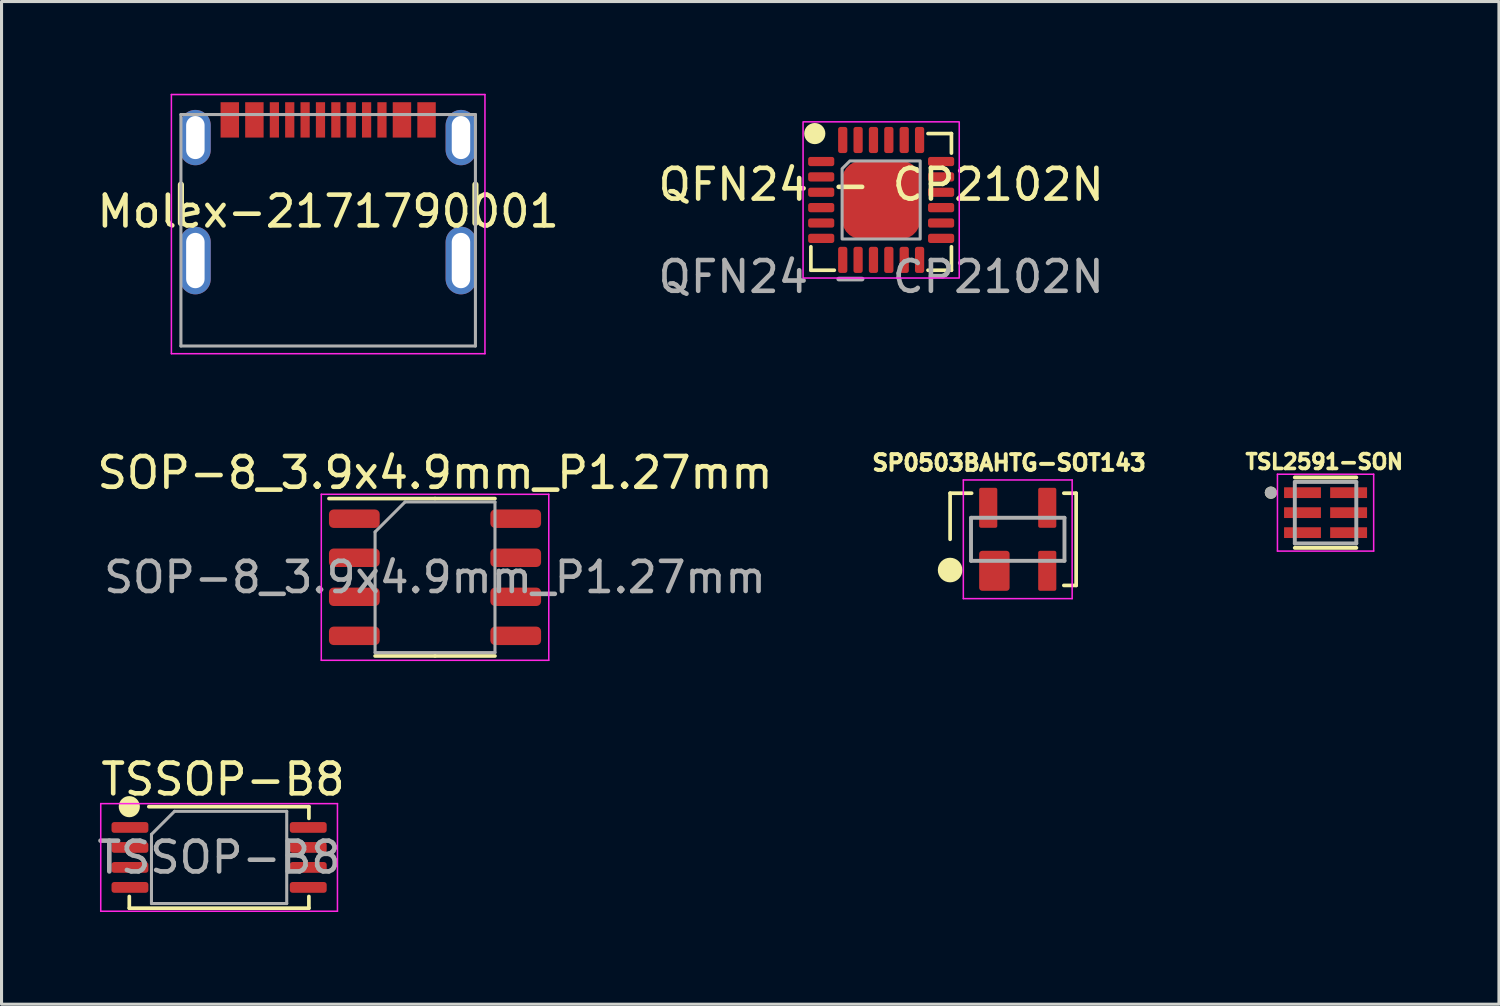
<source format=kicad_pcb>
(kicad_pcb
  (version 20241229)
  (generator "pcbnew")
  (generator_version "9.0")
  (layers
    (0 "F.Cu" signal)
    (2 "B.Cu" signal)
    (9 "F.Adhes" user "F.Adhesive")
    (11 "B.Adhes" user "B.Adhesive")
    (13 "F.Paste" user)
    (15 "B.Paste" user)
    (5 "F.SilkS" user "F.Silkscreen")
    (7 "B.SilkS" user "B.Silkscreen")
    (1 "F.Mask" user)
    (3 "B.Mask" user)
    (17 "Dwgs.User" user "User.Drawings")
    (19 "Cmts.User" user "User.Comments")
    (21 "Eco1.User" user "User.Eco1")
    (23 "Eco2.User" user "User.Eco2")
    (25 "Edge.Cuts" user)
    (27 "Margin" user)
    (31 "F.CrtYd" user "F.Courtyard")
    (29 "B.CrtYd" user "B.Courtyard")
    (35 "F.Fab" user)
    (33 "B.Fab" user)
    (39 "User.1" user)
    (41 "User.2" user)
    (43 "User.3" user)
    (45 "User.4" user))
  (footprint "QFN24 - CP2102N"
    (layer "F.Cu")
    (at 25.613 3.454)
    (property "Reference" "QFN24 - CP2102N" (at 0 -0.5 0) (unlocked yes) (layer "F.SilkS") (effects (font (size 1 1) (thickness 0.15))))
    (attr smd)
    (fp_line (start -2.286 2.286) (end -2.286 1.524) (stroke (width 0.12) (type solid)) (layer "F.SilkS"))
    (fp_line (start -1.524 2.286) (end -2.286 2.286) (stroke (width 0.12) (type solid)) (layer "F.SilkS"))
    (fp_line (start 1.524 -2.159) (end 2.286 -2.159) (stroke (width 0.12) (type solid)) (layer "F.SilkS"))
    (fp_line (start 2.286 -2.159) (end 2.286 -1.524) (stroke (width 0.12) (type solid)) (layer "F.SilkS"))
    (fp_line (start 2.286 1.524) (end 2.286 2.286) (stroke (width 0.12) (type solid)) (layer "F.SilkS"))
    (fp_line (start 2.286 2.286) (end 1.524 2.286) (stroke (width 0.12) (type solid)) (layer "F.SilkS"))
    (fp_circle (center -2.159 -2.159) (end -1.875 -2.159) (stroke (width 0.12) (type solid)) (fill yes) (layer "F.SilkS"))
    (fp_rect (start -2.54 -2.54) (end 2.54 2.54) (stroke (width 0.05) (type solid)) (fill no) (layer "F.CrtYd"))
    (fp_poly (pts (xy 1.27 1.27) (xy -1.27 1.27) (xy -1.27 -1.016) (xy -1.016 -1.27) (xy 1.27 -1.27)) (stroke (width 0.1) (type solid)) (fill no) (layer "F.Fab"))
    (fp_rect (start -3.429 -3.429) (end 3.556 3.429) (stroke (width 0.05) (type solid)) (fill no) (layer "User.1"))
    (fp_text user "${REFERENCE}" (at 0 2.5 0) (unlocked yes) (layer "F.Fab") (effects (font (size 1 1) (thickness 0.15))))
    (pad "1" smd roundrect (at -1.95 -1.25) (size 0.85 0.3) (layers "F.Cu" "F.Mask" "F.Paste") (roundrect_rratio 0.25))
    (pad "2" smd roundrect (at -1.95 -0.75) (size 0.85 0.3) (layers "F.Cu" "F.Mask" "F.Paste") (roundrect_rratio 0.25))
    (pad "2" smd roundrect (at 0 0) (size 2.55 2.55) (layers "F.Cu" "F.Mask" "F.Paste") (roundrect_rratio 0.25))
    (pad "3" smd roundrect (at -1.95 -0.25) (size 0.85 0.3) (layers "F.Cu" "F.Mask" "F.Paste") (roundrect_rratio 0.25))
    (pad "4" smd roundrect (at -1.95 0.25) (size 0.85 0.3) (layers "F.Cu" "F.Mask" "F.Paste") (roundrect_rratio 0.25))
    (pad "5" smd roundrect (at -1.95 0.75) (size 0.85 0.3) (layers "F.Cu" "F.Mask" "F.Paste") (roundrect_rratio 0.25))
    (pad "6" smd roundrect (at -1.95 1.25) (size 0.85 0.3) (layers "F.Cu" "F.Mask" "F.Paste") (roundrect_rratio 0.25))
    (pad "7" smd roundrect (at -1.25 1.95) (size 0.3 0.85) (layers "F.Cu" "F.Mask" "F.Paste") (roundrect_rratio 0.25))
    (pad "8" smd roundrect (at -0.75 1.95) (size 0.3 0.85) (layers "F.Cu" "F.Mask" "F.Paste") (roundrect_rratio 0.25))
    (pad "9" smd roundrect (at -0.25 1.95) (size 0.3 0.85) (layers "F.Cu" "F.Mask" "F.Paste") (roundrect_rratio 0.25))
    (pad "10" smd roundrect (at 0.25 1.95) (size 0.3 0.85) (layers "F.Cu" "F.Mask" "F.Paste") (roundrect_rratio 0.25))
    (pad "11" smd roundrect (at 0.75 1.95) (size 0.3 0.85) (layers "F.Cu" "F.Mask" "F.Paste") (roundrect_rratio 0.25))
    (pad "12" smd roundrect (at 1.25 1.95) (size 0.3 0.85) (layers "F.Cu" "F.Mask" "F.Paste") (roundrect_rratio 0.25))
    (pad "13" smd roundrect (at 1.95 1.25) (size 0.85 0.3) (layers "F.Cu" "F.Mask" "F.Paste") (roundrect_rratio 0.25))
    (pad "14" smd roundrect (at 1.95 0.75) (size 0.85 0.3) (layers "F.Cu" "F.Mask" "F.Paste") (roundrect_rratio 0.25))
    (pad "15" smd roundrect (at 1.95 0.25) (size 0.85 0.3) (layers "F.Cu" "F.Mask" "F.Paste") (roundrect_rratio 0.25))
    (pad "16" smd roundrect (at 1.95 -0.25) (size 0.85 0.3) (layers "F.Cu" "F.Mask" "F.Paste") (roundrect_rratio 0.25))
    (pad "17" smd roundrect (at 1.95 -0.75) (size 0.85 0.3) (layers "F.Cu" "F.Mask" "F.Paste") (roundrect_rratio 0.25))
    (pad "18" smd roundrect (at 1.95 -1.25) (size 0.85 0.3) (layers "F.Cu" "F.Mask" "F.Paste") (roundrect_rratio 0.25))
    (pad "19" smd roundrect (at 1.25 -1.95) (size 0.3 0.85) (layers "F.Cu" "F.Mask" "F.Paste") (roundrect_rratio 0.25))
    (pad "20" smd roundrect (at 0.75 -1.95) (size 0.3 0.85) (layers "F.Cu" "F.Mask" "F.Paste") (roundrect_rratio 0.25))
    (pad "21" smd roundrect (at 0.25 -1.95) (size 0.3 0.85) (layers "F.Cu" "F.Mask" "F.Paste") (roundrect_rratio 0.25))
    (pad "22" smd roundrect (at -0.25 -1.95) (size 0.3 0.85) (layers "F.Cu" "F.Mask" "F.Paste") (roundrect_rratio 0.25))
    (pad "23" smd roundrect (at -0.75 -1.95) (size 0.3 0.85) (layers "F.Cu" "F.Mask" "F.Paste") (roundrect_rratio 0.25))
    (pad "24" smd roundrect (at -1.25 -1.95) (size 0.3 0.85) (layers "F.Cu" "F.Mask" "F.Paste") (roundrect_rratio 0.25)))
  (footprint "Molex-2171790001"
    (layer "F.Cu")
    (at 7.625 5.605)
    (property "Reference" "Molex-2171790001" (at 0 -1.778 0) (layer "F.SilkS") (effects (font (size 1 1) (thickness 0.15))))
    (attr through_hole)
    (fp_line (start -4.79 -2.65) (end -4.79 -1.4) (stroke (width 0.2) (type solid)) (layer "F.SilkS"))
    (fp_line (start 4.79 -2.65) (end 4.79 -1.4) (stroke (width 0.2) (type solid)) (layer "F.SilkS"))
    (fp_line (start -5.1 -5.58) (end -5.1 2.85) (stroke (width 0.05) (type solid)) (layer "F.CrtYd"))
    (fp_line (start -5.1 2.85) (end 5.1 2.85) (stroke (width 0.05) (type solid)) (layer "F.CrtYd"))
    (fp_line (start 5.1 -5.58) (end -5.1 -5.58) (stroke (width 0.05) (type solid)) (layer "F.CrtYd"))
    (fp_line (start 5.1 2.85) (end 5.1 -5.58) (stroke (width 0.05) (type solid)) (layer "F.CrtYd"))
    (fp_line (start -4.79 -4.93) (end 4.79 -4.93) (stroke (width 0.1) (type solid)) (layer "F.Fab"))
    (fp_line (start -4.79 2.6) (end -4.79 -4.93) (stroke (width 0.1) (type solid)) (layer "F.Fab"))
    (fp_line (start 4.79 -4.93) (end 4.79 2.6) (stroke (width 0.1) (type solid)) (layer "F.Fab"))
    (fp_line (start 4.79 2.6) (end -4.79 2.6) (stroke (width 0.1) (type solid)) (layer "F.Fab"))
    (fp_line (start -4.79 1.32) (end -4.79 2.6) (stroke (width 0.2) (type solid)) (layer "User.1"))
    (fp_line (start -4.79 2.6) (end 4.79 2.6) (stroke (width 0.2) (type solid)) (layer "User.1"))
    (fp_line (start 4.79 2.6) (end 4.79 1.32) (stroke (width 0.2) (type solid)) (layer "User.1"))
    (pad "A1-B12" smd rect (at -3.2 -4.755) (size 0.6 1.15) (layers "F.Cu" "F.Mask" "F.Paste"))
    (pad "A4-B9" smd rect (at -2.4 -4.755) (size 0.6 1.15) (layers "F.Cu" "F.Mask" "F.Paste"))
    (pad "A5" smd rect (at -1.25 -4.755) (size 0.3 1.15) (layers "F.Cu" "F.Mask" "F.Paste"))
    (pad "A6" smd rect (at -0.25 -4.755) (size 0.3 1.15) (layers "F.Cu" "F.Mask" "F.Paste"))
    (pad "A7" smd rect (at 0.25 -4.755) (size 0.3 1.15) (layers "F.Cu" "F.Mask" "F.Paste"))
    (pad "A8" smd rect (at 1.25 -4.755) (size 0.3 1.15) (layers "F.Cu" "F.Mask" "F.Paste"))
    (pad "B1-A12" smd rect (at 3.2 -4.755) (size 0.6 1.15) (layers "F.Cu" "F.Mask" "F.Paste"))
    (pad "B4-A9" smd rect (at 2.4 -4.755) (size 0.6 1.15) (layers "F.Cu" "F.Mask" "F.Paste"))
    (pad "B5" smd rect (at 1.75 -4.755) (size 0.3 1.15) (layers "F.Cu" "F.Mask" "F.Paste"))
    (pad "B6" smd rect (at 0.75 -4.755) (size 0.3 1.15) (layers "F.Cu" "F.Mask" "F.Paste"))
    (pad "B7" smd rect (at -0.75 -4.755) (size 0.3 1.15) (layers "F.Cu" "F.Mask" "F.Paste"))
    (pad "B8" smd rect (at -1.75 -4.755) (size 0.3 1.15) (layers "F.Cu" "F.Mask" "F.Paste"))
    (pad "S1" thru_hole oval (at -4.32 -4.18) (size 1 1.8) (drill oval 0.6 1.4) (layers "*.Cu" "*.Mask"))
    (pad "S1" thru_hole oval (at -4.32 -0.18) (size 1 2.2) (drill oval 0.6 1.8) (layers "*.Cu" "*.Mask"))
    (pad "S1" thru_hole oval (at 4.32 -4.18) (size 1 1.8) (drill oval 0.6 1.4) (layers "*.Cu" "*.Mask"))
    (pad "S1" thru_hole oval (at 4.32 -0.18) (size 1 2.2) (drill oval 0.6 1.8) (layers "*.Cu" "*.Mask")))
  (footprint "SOP-8_3.9x4.9mm_P1.27mm"
    (layer "F.Cu")
    (at 11.101 15.728)
    (property "Reference" "SOP-8_3.9x4.9mm_P1.27mm" (at 0 -3.4 0) (layer "F.SilkS") (effects (font (size 1 1) (thickness 0.15))))
    (attr smd)
    (fp_line (start 0 -2.56) (end -3.45 -2.56) (stroke (width 0.12) (type solid)) (layer "F.SilkS"))
    (fp_line (start 0 -2.56) (end 1.95 -2.56) (stroke (width 0.12) (type solid)) (layer "F.SilkS"))
    (fp_line (start 0 2.56) (end -1.95 2.56) (stroke (width 0.12) (type solid)) (layer "F.SilkS"))
    (fp_line (start 0 2.56) (end 1.95 2.56) (stroke (width 0.12) (type solid)) (layer "F.SilkS"))
    (fp_line (start -3.7 -2.7) (end -3.7 2.7) (stroke (width 0.05) (type solid)) (layer "F.CrtYd"))
    (fp_line (start -3.7 2.7) (end 3.7 2.7) (stroke (width 0.05) (type solid)) (layer "F.CrtYd"))
    (fp_line (start 3.7 -2.7) (end -3.7 -2.7) (stroke (width 0.05) (type solid)) (layer "F.CrtYd"))
    (fp_line (start 3.7 2.7) (end 3.7 -2.7) (stroke (width 0.05) (type solid)) (layer "F.CrtYd"))
    (fp_line (start -1.95 -1.475) (end -0.975 -2.45) (stroke (width 0.1) (type solid)) (layer "F.Fab"))
    (fp_line (start -1.95 2.45) (end -1.95 -1.475) (stroke (width 0.1) (type solid)) (layer "F.Fab"))
    (fp_line (start -0.975 -2.45) (end 1.95 -2.45) (stroke (width 0.1) (type solid)) (layer "F.Fab"))
    (fp_line (start 1.95 -2.45) (end 1.95 2.45) (stroke (width 0.1) (type solid)) (layer "F.Fab"))
    (fp_line (start 1.95 2.45) (end -1.95 2.45) (stroke (width 0.1) (type solid)) (layer "F.Fab"))
    (fp_text user "${REFERENCE}" (at 0 0 0) (layer "F.Fab") (effects (font (size 0.98 0.98) (thickness 0.15))))
    (pad "1" smd roundrect (at -2.625 -1.905) (size 1.65 0.6) (layers "F.Cu" "F.Mask" "F.Paste") (roundrect_rratio 0.25))
    (pad "2" smd roundrect (at -2.625 -0.635) (size 1.65 0.6) (layers "F.Cu" "F.Mask" "F.Paste") (roundrect_rratio 0.25))
    (pad "3" smd roundrect (at -2.625 0.635) (size 1.65 0.6) (layers "F.Cu" "F.Mask" "F.Paste") (roundrect_rratio 0.25))
    (pad "4" smd roundrect (at -2.625 1.905) (size 1.65 0.6) (layers "F.Cu" "F.Mask" "F.Paste") (roundrect_rratio 0.25))
    (pad "5" smd roundrect (at 2.625 1.905) (size 1.65 0.6) (layers "F.Cu" "F.Mask" "F.Paste") (roundrect_rratio 0.25))
    (pad "6" smd roundrect (at 2.625 0.635) (size 1.65 0.6) (layers "F.Cu" "F.Mask" "F.Paste") (roundrect_rratio 0.25))
    (pad "7" smd roundrect (at 2.625 -0.635) (size 1.65 0.6) (layers "F.Cu" "F.Mask" "F.Paste") (roundrect_rratio 0.25))
    (pad "8" smd roundrect (at 2.625 -1.905) (size 1.65 0.6) (layers "F.Cu" "F.Mask" "F.Paste") (roundrect_rratio 0.25)))
  (footprint "SP0503BAHTG-SOT143"
    (layer "F.Cu")
    (at 30.056 14.493)
    (property "Reference" "SP0503BAHTG-SOT143" (at -0.281 -2.489 0) (layer "F.SilkS") (effects (font (size 0.513 0.513) (thickness 0.15))))
    (attr smd)
    (fp_line (start -2.2 -1.5) (end -1.5 -1.5) (stroke (width 0.12) (type default)) (layer "F.SilkS"))
    (fp_line (start -2.2 0) (end -2.2 -1.5) (stroke (width 0.12) (type default)) (layer "F.SilkS"))
    (fp_line (start 1.5 -1.5) (end 1.9 -1.5) (stroke (width 0.12) (type default)) (layer "F.SilkS"))
    (fp_line (start 1.9 -1.5) (end 1.9 1.5) (stroke (width 0.12) (type default)) (layer "F.SilkS"))
    (fp_line (start 1.9 1.5) (end 1.5 1.5) (stroke (width 0.12) (type default)) (layer "F.SilkS"))
    (fp_circle (center -2.2 1) (end -1.9 1) (stroke (width 0.2) (type solid)) (fill yes) (layer "F.SilkS"))
    (fp_line (start -1.77 -1.93) (end -1.77 1.93) (stroke (width 0.05) (type solid)) (layer "F.CrtYd"))
    (fp_line (start -1.77 1.93) (end 1.77 1.93) (stroke (width 0.05) (type solid)) (layer "F.CrtYd"))
    (fp_line (start 1.77 -1.93) (end -1.77 -1.93) (stroke (width 0.05) (type solid)) (layer "F.CrtYd"))
    (fp_line (start 1.77 1.93) (end 1.77 -1.93) (stroke (width 0.05) (type solid)) (layer "F.CrtYd"))
    (fp_line (start -1.52 -0.7) (end -1.52 0.7) (stroke (width 0.127) (type solid)) (layer "F.Fab"))
    (fp_line (start -1.52 0.7) (end 1.52 0.7) (stroke (width 0.127) (type solid)) (layer "F.Fab"))
    (fp_line (start 1.52 -0.7) (end -1.52 -0.7) (stroke (width 0.127) (type solid)) (layer "F.Fab"))
    (fp_line (start 1.52 0.7) (end 1.52 -0.7) (stroke (width 0.127) (type solid)) (layer "F.Fab"))
    (pad "1" smd roundrect (at -0.76 1.025) (size 0.99 1.3) (layers "F.Cu" "F.Mask" "F.Paste") (roundrect_rratio 0.1))
    (pad "2" smd roundrect (at 0.96 1.025) (size 0.59 1.3) (layers "F.Cu" "F.Mask" "F.Paste") (roundrect_rratio 0.1))
    (pad "3" smd roundrect (at 0.96 -1.025) (size 0.59 1.3) (layers "F.Cu" "F.Mask" "F.Paste") (roundrect_rratio 0.1))
    (pad "4" smd roundrect (at -0.96 -1.025) (size 0.59 1.3) (layers "F.Cu" "F.Mask" "F.Paste") (roundrect_rratio 0.1)))
  (footprint "TSSOP-B8"
    (layer "F.Cu")
    (at 4.077 24.841)
    (property "Reference" "TSSOP-B8" (at 0.127 -2.54 0) (layer "F.SilkS") (effects (font (size 1 1) (thickness 0.15))))
    (attr smd)
    (fp_line (start -2.921 1.27) (end -2.921 1.651) (stroke (width 0.12) (type solid)) (layer "F.SilkS"))
    (fp_line (start -2.921 1.651) (end 2.921 1.651) (stroke (width 0.12) (type solid)) (layer "F.SilkS"))
    (fp_line (start 2.921 -1.651) (end -2.286 -1.651) (stroke (width 0.12) (type solid)) (layer "F.SilkS"))
    (fp_line (start 2.921 -1.27) (end 2.921 -1.651) (stroke (width 0.12) (type solid)) (layer "F.SilkS"))
    (fp_line (start 2.921 1.651) (end 2.921 1.27) (stroke (width 0.12) (type solid)) (layer "F.SilkS"))
    (fp_circle (center -2.921 -1.651) (end -2.637 -1.651) (stroke (width 0.12) (type solid)) (fill yes) (layer "F.SilkS"))
    (fp_line (start -3.85 -1.75) (end -3.85 1.75) (stroke (width 0.05) (type solid)) (layer "F.CrtYd"))
    (fp_line (start -3.85 1.75) (end 3.85 1.75) (stroke (width 0.05) (type solid)) (layer "F.CrtYd"))
    (fp_line (start 3.85 -1.75) (end -3.85 -1.75) (stroke (width 0.05) (type solid)) (layer "F.CrtYd"))
    (fp_line (start 3.85 1.75) (end 3.85 -1.75) (stroke (width 0.05) (type solid)) (layer "F.CrtYd"))
    (fp_line (start -2.2 -0.75) (end -1.45 -1.5) (stroke (width 0.1) (type solid)) (layer "F.Fab"))
    (fp_line (start -2.2 1.5) (end -2.2 -0.75) (stroke (width 0.1) (type solid)) (layer "F.Fab"))
    (fp_line (start -1.45 -1.5) (end 2.2 -1.5) (stroke (width 0.1) (type solid)) (layer "F.Fab"))
    (fp_line (start 2.2 -1.5) (end 2.2 1.5) (stroke (width 0.1) (type solid)) (layer "F.Fab"))
    (fp_line (start 2.2 1.5) (end -2.2 1.5) (stroke (width 0.1) (type solid)) (layer "F.Fab"))
    (fp_text user "${REFERENCE}" (at 0 0 0) (layer "F.Fab") (effects (font (size 1 1) (thickness 0.15))))
    (pad "1" smd roundrect (at -2.9 -0.975) (size 1.2 0.35) (layers "F.Cu" "F.Mask" "F.Paste") (roundrect_rratio 0.25))
    (pad "2" smd roundrect (at -2.9 -0.325) (size 1.2 0.35) (layers "F.Cu" "F.Mask" "F.Paste") (roundrect_rratio 0.25))
    (pad "3" smd roundrect (at -2.9 0.325) (size 1.2 0.35) (layers "F.Cu" "F.Mask" "F.Paste") (roundrect_rratio 0.25))
    (pad "4" smd roundrect (at -2.9 0.975) (size 1.2 0.35) (layers "F.Cu" "F.Mask" "F.Paste") (roundrect_rratio 0.25))
    (pad "5" smd roundrect (at 2.9 0.975) (size 1.2 0.35) (layers "F.Cu" "F.Mask" "F.Paste") (roundrect_rratio 0.25))
    (pad "6" smd roundrect (at 2.9 0.325) (size 1.2 0.35) (layers "F.Cu" "F.Mask" "F.Paste") (roundrect_rratio 0.25))
    (pad "7" smd roundrect (at 2.9 -0.325) (size 1.2 0.35) (layers "F.Cu" "F.Mask" "F.Paste") (roundrect_rratio 0.25))
    (pad "8" smd roundrect (at 2.9 -0.975) (size 1.2 0.35) (layers "F.Cu" "F.Mask" "F.Paste") (roundrect_rratio 0.25)))
  (footprint "TSL2591-SON"
    (layer "F.Cu")
    (at 40.069 13.626)
    (property "Reference" "TSL2591-SON" (at -0.041 -1.655 0) (layer "F.SilkS") (effects (font (size 0.48 0.48) (thickness 0.15))))
    (attr through_hole)
    (fp_line (start 1 -1.145) (end -1 -1.145) (stroke (width 0.127) (type solid)) (layer "F.SilkS"))
    (fp_line (start 1 1.145) (end -1 1.145) (stroke (width 0.127) (type solid)) (layer "F.SilkS"))
    (fp_circle (center -1.778 -0.65) (end -1.678 -0.65) (stroke (width 0.2) (type solid)) (fill no) (layer "F.SilkS"))
    (fp_line (start -1.565 -1.25) (end -1.565 1.25) (stroke (width 0.05) (type solid)) (layer "F.CrtYd"))
    (fp_line (start -1.565 1.25) (end 1.565 1.25) (stroke (width 0.05) (type solid)) (layer "F.CrtYd"))
    (fp_line (start 1.565 -1.25) (end -1.565 -1.25) (stroke (width 0.05) (type solid)) (layer "F.CrtYd"))
    (fp_line (start 1.565 1.25) (end 1.565 -1.25) (stroke (width 0.05) (type solid)) (layer "F.CrtYd"))
    (fp_line (start -1 -1) (end -1 1) (stroke (width 0.127) (type solid)) (layer "F.Fab"))
    (fp_line (start -1 1) (end 1 1) (stroke (width 0.127) (type solid)) (layer "F.Fab"))
    (fp_line (start 1 -1) (end -1 -1) (stroke (width 0.127) (type solid)) (layer "F.Fab"))
    (fp_line (start 1 1) (end 1 -1) (stroke (width 0.127) (type solid)) (layer "F.Fab"))
    (fp_circle (center -1.778 -0.65) (end -1.678 -0.65) (stroke (width 0.2) (type solid)) (fill no) (layer "F.Fab"))
    (pad "1" smd rect (at -0.75 -0.65) (size 1.2 0.35) (layers "F.Cu" "F.Mask" "F.Paste"))
    (pad "2" smd rect (at -0.75 0) (size 1.2 0.35) (layers "F.Cu" "F.Mask" "F.Paste"))
    (pad "3" smd rect (at -0.75 0.65) (size 1.2 0.35) (layers "F.Cu" "F.Mask" "F.Paste"))
    (pad "4" smd rect (at 0.75 0.65) (size 1.2 0.35) (layers "F.Cu" "F.Mask" "F.Paste"))
    (pad "5" smd rect (at 0.75 0) (size 1.2 0.35) (layers "F.Cu" "F.Mask" "F.Paste"))
    (pad "6" smd rect (at 0.75 -0.65) (size 1.2 0.35) (layers "F.Cu" "F.Mask" "F.Paste")))
  (gr_rect
    (start -3 -3)
    (end 45.709 29.616)
    (stroke (width 0.1) (type default))
    (fill no)
    (layer "Edge.Cuts")))
</source>
